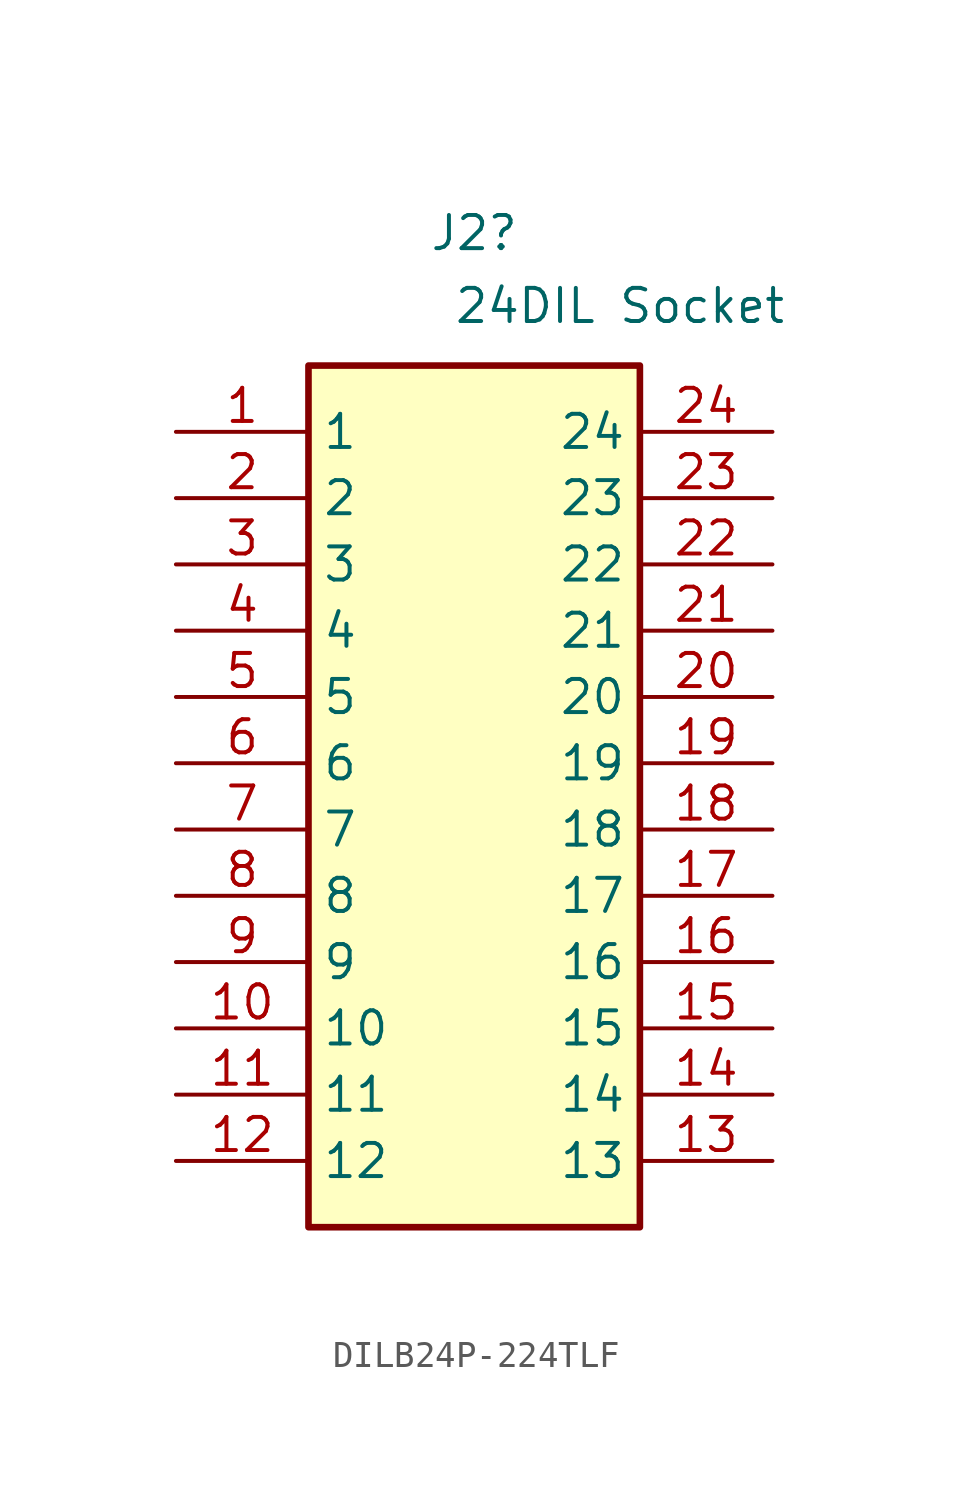
<source format=kicad_sym>
(kicad_symbol_lib
  (version 20241209)
  (generator "kicad_symbol_editor")
  (generator_version "9.0")
  (symbol "DILB24P-224TLF"
    (property "Reference" "J2"
      (at 11.43 7.62 0)
      (effects (font (size 1.27 1.27))))
    (property "Value" "24DIL Socket"
      (at 17.018 4.826 0)
      (effects (font (size 1.27 1.27))))
    (property "Description" ""
      (at 0 0 0)
      (effects (font (size 1.27 1.27))))
    (symbol "DILB24P-224TLF_1_1"
      (rectangle (start 5.08 2.54) (end 17.78 -30.48) (stroke (width 0.254) (type default)) (fill (type background)))
      (pin passive line (at 0 0 0) (length 5.08) (name "1" (effects (font (size 1.27 1.27)))) (number "1" (effects (font (size 1.27 1.27)))))
      (pin passive line (at 0 -2.54 0) (length 5.08) (name "2" (effects (font (size 1.27 1.27)))) (number "2" (effects (font (size 1.27 1.27)))))
      (pin passive line (at 0 -5.08 0) (length 5.08) (name "3" (effects (font (size 1.27 1.27)))) (number "3" (effects (font (size 1.27 1.27)))))
      (pin passive line (at 0 -7.62 0) (length 5.08) (name "4" (effects (font (size 1.27 1.27)))) (number "4" (effects (font (size 1.27 1.27)))))
      (pin passive line (at 0 -10.16 0) (length 5.08) (name "5" (effects (font (size 1.27 1.27)))) (number "5" (effects (font (size 1.27 1.27)))))
      (pin passive line (at 0 -12.7 0) (length 5.08) (name "6" (effects (font (size 1.27 1.27)))) (number "6" (effects (font (size 1.27 1.27)))))
      (pin passive line (at 0 -15.24 0) (length 5.08) (name "7" (effects (font (size 1.27 1.27)))) (number "7" (effects (font (size 1.27 1.27)))))
      (pin passive line (at 0 -17.78 0) (length 5.08) (name "8" (effects (font (size 1.27 1.27)))) (number "8" (effects (font (size 1.27 1.27)))))
      (pin passive line (at 0 -20.32 0) (length 5.08) (name "9" (effects (font (size 1.27 1.27)))) (number "9" (effects (font (size 1.27 1.27)))))
      (pin passive line (at 0 -22.86 0) (length 5.08) (name "10" (effects (font (size 1.27 1.27)))) (number "10" (effects (font (size 1.27 1.27)))))
      (pin passive line (at 0 -25.4 0) (length 5.08) (name "11" (effects (font (size 1.27 1.27)))) (number "11" (effects (font (size 1.27 1.27)))))
      (pin passive line (at 0 -27.94 0) (length 5.08) (name "12" (effects (font (size 1.27 1.27)))) (number "12" (effects (font (size 1.27 1.27)))))
      (pin passive line (at 22.86 0 180) (length 5.08) (name "24" (effects (font (size 1.27 1.27)))) (number "24" (effects (font (size 1.27 1.27)))))
      (pin passive line (at 22.86 -2.54 180) (length 5.08) (name "23" (effects (font (size 1.27 1.27)))) (number "23" (effects (font (size 1.27 1.27)))))
      (pin passive line (at 22.86 -5.08 180) (length 5.08) (name "22" (effects (font (size 1.27 1.27)))) (number "22" (effects (font (size 1.27 1.27)))))
      (pin passive line (at 22.86 -7.62 180) (length 5.08) (name "21" (effects (font (size 1.27 1.27)))) (number "21" (effects (font (size 1.27 1.27)))))
      (pin passive line (at 22.86 -10.16 180) (length 5.08) (name "20" (effects (font (size 1.27 1.27)))) (number "20" (effects (font (size 1.27 1.27)))))
      (pin passive line (at 22.86 -12.7 180) (length 5.08) (name "19" (effects (font (size 1.27 1.27)))) (number "19" (effects (font (size 1.27 1.27)))))
      (pin passive line (at 22.86 -15.24 180) (length 5.08) (name "18" (effects (font (size 1.27 1.27)))) (number "18" (effects (font (size 1.27 1.27)))))
      (pin passive line (at 22.86 -17.78 180) (length 5.08) (name "17" (effects (font (size 1.27 1.27)))) (number "17" (effects (font (size 1.27 1.27)))))
      (pin passive line (at 22.86 -20.32 180) (length 5.08) (name "16" (effects (font (size 1.27 1.27)))) (number "16" (effects (font (size 1.27 1.27)))))
      (pin passive line (at 22.86 -22.86 180) (length 5.08) (name "15" (effects (font (size 1.27 1.27)))) (number "15" (effects (font (size 1.27 1.27)))))
      (pin passive line (at 22.86 -25.4 180) (length 5.08) (name "14" (effects (font (size 1.27 1.27)))) (number "14" (effects (font (size 1.27 1.27)))))
      (pin passive line (at 22.86 -27.94 180) (length 5.08) (name "13" (effects (font (size 1.27 1.27)))) (number "13" (effects (font (size 1.27 1.27))))))))
</source>
